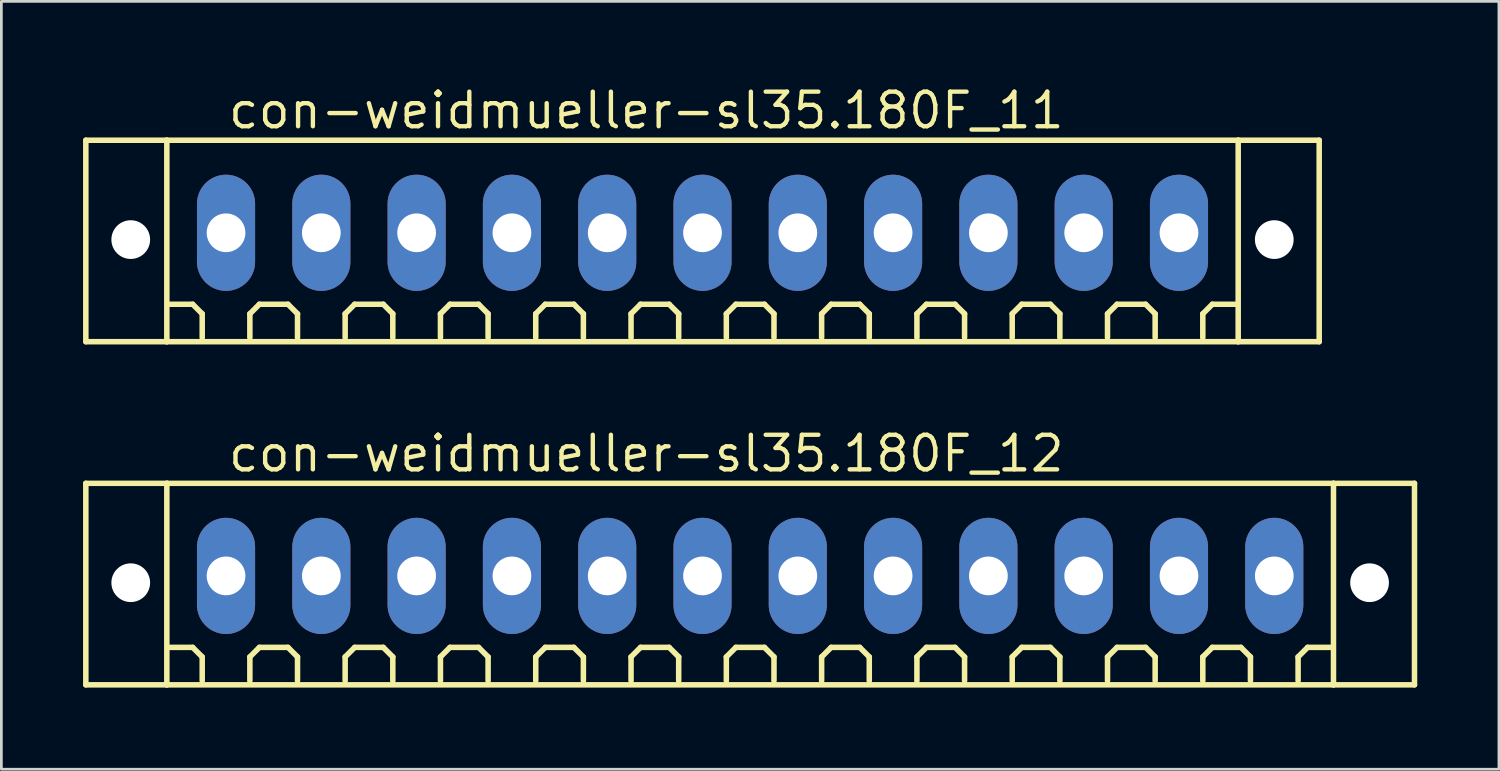
<source format=kicad_pcb>
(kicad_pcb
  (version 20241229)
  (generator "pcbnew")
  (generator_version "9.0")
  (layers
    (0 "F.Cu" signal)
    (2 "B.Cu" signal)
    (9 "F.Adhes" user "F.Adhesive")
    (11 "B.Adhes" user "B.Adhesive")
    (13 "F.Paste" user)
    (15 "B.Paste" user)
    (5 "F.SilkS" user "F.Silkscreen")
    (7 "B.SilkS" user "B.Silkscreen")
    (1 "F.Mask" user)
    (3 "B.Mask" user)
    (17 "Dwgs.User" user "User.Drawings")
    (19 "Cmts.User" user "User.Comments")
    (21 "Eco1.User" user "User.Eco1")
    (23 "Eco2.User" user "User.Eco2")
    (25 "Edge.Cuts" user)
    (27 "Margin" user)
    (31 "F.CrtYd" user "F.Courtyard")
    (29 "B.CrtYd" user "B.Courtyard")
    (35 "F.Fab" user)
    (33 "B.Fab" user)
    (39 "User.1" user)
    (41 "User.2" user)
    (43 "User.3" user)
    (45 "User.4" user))
  (footprint "con-weidmueller-sl35.180F_12"
    (layer "F.Cu")
    (at 24.502 18.102)
    (property "Reference" "con-weidmueller-sl35.180F_12" (at -19.25 -3.75 0) (layer "F.SilkS") (effects (font (size 1.27 1.27) (thickness 0.16)) (justify left bottom)))
    (attr through_hole)
    (fp_line (start -24.4 -3.4) (end -21.425 -3.4) (stroke (width 0.203) (type default)) (layer "F.SilkS"))
    (fp_line (start -24.4 4) (end -24.4 -3.4) (stroke (width 0.203) (type default)) (layer "F.SilkS"))
    (fp_line (start -21.425 -3.4) (end 21.425 -3.4) (stroke (width 0.203) (type default)) (layer "F.SilkS"))
    (fp_line (start -21.425 4) (end -24.4 4) (stroke (width 0.203) (type default)) (layer "F.SilkS"))
    (fp_line (start -21.425 4) (end -21.425 -3.4) (stroke (width 0.203) (type default)) (layer "F.SilkS"))
    (fp_line (start -20.475 2.625) (end -21.35 2.625) (stroke (width 0.203) (type default)) (layer "F.SilkS"))
    (fp_line (start -20.125 2.975) (end -20.475 2.625) (stroke (width 0.203) (type default)) (layer "F.SilkS"))
    (fp_line (start -20.125 3.85) (end -20.125 2.975) (stroke (width 0.203) (type default)) (layer "F.SilkS"))
    (fp_line (start -18.375 2.975) (end -18.025 2.625) (stroke (width 0.203) (type default)) (layer "F.SilkS"))
    (fp_line (start -18.375 3.85) (end -18.375 2.975) (stroke (width 0.203) (type default)) (layer "F.SilkS"))
    (fp_line (start -18.025 2.625) (end -16.975 2.625) (stroke (width 0.203) (type default)) (layer "F.SilkS"))
    (fp_line (start -16.975 2.625) (end -16.625 2.975) (stroke (width 0.203) (type default)) (layer "F.SilkS"))
    (fp_line (start -16.625 2.975) (end -16.625 3.85) (stroke (width 0.203) (type default)) (layer "F.SilkS"))
    (fp_line (start -14.875 2.975) (end -14.525 2.625) (stroke (width 0.203) (type default)) (layer "F.SilkS"))
    (fp_line (start -14.875 3.85) (end -14.875 2.975) (stroke (width 0.203) (type default)) (layer "F.SilkS"))
    (fp_line (start -14.525 2.625) (end -13.475 2.625) (stroke (width 0.203) (type default)) (layer "F.SilkS"))
    (fp_line (start -13.475 2.625) (end -13.125 2.975) (stroke (width 0.203) (type default)) (layer "F.SilkS"))
    (fp_line (start -13.125 2.975) (end -13.125 3.85) (stroke (width 0.203) (type default)) (layer "F.SilkS"))
    (fp_line (start -11.375 2.975) (end -11.025 2.625) (stroke (width 0.203) (type default)) (layer "F.SilkS"))
    (fp_line (start -11.375 3.85) (end -11.375 2.975) (stroke (width 0.203) (type default)) (layer "F.SilkS"))
    (fp_line (start -11.025 2.625) (end -9.975 2.625) (stroke (width 0.203) (type default)) (layer "F.SilkS"))
    (fp_line (start -9.975 2.625) (end -9.625 2.975) (stroke (width 0.203) (type default)) (layer "F.SilkS"))
    (fp_line (start -9.625 2.975) (end -9.625 3.85) (stroke (width 0.203) (type default)) (layer "F.SilkS"))
    (fp_line (start -7.875 2.975) (end -7.525 2.625) (stroke (width 0.203) (type default)) (layer "F.SilkS"))
    (fp_line (start -7.875 3.85) (end -7.875 2.975) (stroke (width 0.203) (type default)) (layer "F.SilkS"))
    (fp_line (start -7.525 2.625) (end -6.475 2.625) (stroke (width 0.203) (type default)) (layer "F.SilkS"))
    (fp_line (start -6.475 2.625) (end -6.125 2.975) (stroke (width 0.203) (type default)) (layer "F.SilkS"))
    (fp_line (start -6.125 2.975) (end -6.125 3.85) (stroke (width 0.203) (type default)) (layer "F.SilkS"))
    (fp_line (start -4.375 2.975) (end -4.025 2.625) (stroke (width 0.203) (type default)) (layer "F.SilkS"))
    (fp_line (start -4.375 3.85) (end -4.375 2.975) (stroke (width 0.203) (type default)) (layer "F.SilkS"))
    (fp_line (start -4.025 2.625) (end -2.975 2.625) (stroke (width 0.203) (type default)) (layer "F.SilkS"))
    (fp_line (start -2.975 2.625) (end -2.625 2.975) (stroke (width 0.203) (type default)) (layer "F.SilkS"))
    (fp_line (start -2.625 2.975) (end -2.625 3.85) (stroke (width 0.203) (type default)) (layer "F.SilkS"))
    (fp_line (start -0.875 2.975) (end -0.525 2.625) (stroke (width 0.203) (type default)) (layer "F.SilkS"))
    (fp_line (start -0.875 3.85) (end -0.875 2.975) (stroke (width 0.203) (type default)) (layer "F.SilkS"))
    (fp_line (start -0.525 2.625) (end 0.525 2.625) (stroke (width 0.203) (type default)) (layer "F.SilkS"))
    (fp_line (start 0.525 2.625) (end 0.875 2.975) (stroke (width 0.203) (type default)) (layer "F.SilkS"))
    (fp_line (start 0.875 2.975) (end 0.875 3.85) (stroke (width 0.203) (type default)) (layer "F.SilkS"))
    (fp_line (start 2.625 2.975) (end 2.975 2.625) (stroke (width 0.203) (type default)) (layer "F.SilkS"))
    (fp_line (start 2.625 3.85) (end 2.625 2.975) (stroke (width 0.203) (type default)) (layer "F.SilkS"))
    (fp_line (start 2.975 2.625) (end 4.025 2.625) (stroke (width 0.203) (type default)) (layer "F.SilkS"))
    (fp_line (start 4.025 2.625) (end 4.375 2.975) (stroke (width 0.203) (type default)) (layer "F.SilkS"))
    (fp_line (start 4.375 2.975) (end 4.375 3.85) (stroke (width 0.203) (type default)) (layer "F.SilkS"))
    (fp_line (start 6.125 2.975) (end 6.475 2.625) (stroke (width 0.203) (type default)) (layer "F.SilkS"))
    (fp_line (start 6.125 3.85) (end 6.125 2.975) (stroke (width 0.203) (type default)) (layer "F.SilkS"))
    (fp_line (start 6.475 2.625) (end 7.525 2.625) (stroke (width 0.203) (type default)) (layer "F.SilkS"))
    (fp_line (start 7.525 2.625) (end 7.875 2.975) (stroke (width 0.203) (type default)) (layer "F.SilkS"))
    (fp_line (start 7.875 2.975) (end 7.875 3.85) (stroke (width 0.203) (type default)) (layer "F.SilkS"))
    (fp_line (start 9.625 2.975) (end 9.975 2.625) (stroke (width 0.203) (type default)) (layer "F.SilkS"))
    (fp_line (start 9.625 3.85) (end 9.625 2.975) (stroke (width 0.203) (type default)) (layer "F.SilkS"))
    (fp_line (start 9.975 2.625) (end 11.025 2.625) (stroke (width 0.203) (type default)) (layer "F.SilkS"))
    (fp_line (start 11.025 2.625) (end 11.375 2.975) (stroke (width 0.203) (type default)) (layer "F.SilkS"))
    (fp_line (start 11.375 2.975) (end 11.375 3.85) (stroke (width 0.203) (type default)) (layer "F.SilkS"))
    (fp_line (start 13.125 2.975) (end 13.475 2.625) (stroke (width 0.203) (type default)) (layer "F.SilkS"))
    (fp_line (start 13.125 3.85) (end 13.125 2.975) (stroke (width 0.203) (type default)) (layer "F.SilkS"))
    (fp_line (start 13.475 2.625) (end 14.525 2.625) (stroke (width 0.203) (type default)) (layer "F.SilkS"))
    (fp_line (start 14.525 2.625) (end 14.875 2.975) (stroke (width 0.203) (type default)) (layer "F.SilkS"))
    (fp_line (start 14.875 2.975) (end 14.875 3.85) (stroke (width 0.203) (type default)) (layer "F.SilkS"))
    (fp_line (start 16.625 2.975) (end 16.975 2.625) (stroke (width 0.203) (type default)) (layer "F.SilkS"))
    (fp_line (start 16.625 3.85) (end 16.625 2.975) (stroke (width 0.203) (type default)) (layer "F.SilkS"))
    (fp_line (start 16.975 2.625) (end 18.025 2.625) (stroke (width 0.203) (type default)) (layer "F.SilkS"))
    (fp_line (start 18.025 2.625) (end 18.375 2.975) (stroke (width 0.203) (type default)) (layer "F.SilkS"))
    (fp_line (start 18.375 2.975) (end 18.375 3.85) (stroke (width 0.203) (type default)) (layer "F.SilkS"))
    (fp_line (start 20.125 2.975) (end 20.475 2.625) (stroke (width 0.203) (type default)) (layer "F.SilkS"))
    (fp_line (start 20.125 3.85) (end 20.125 2.975) (stroke (width 0.203) (type default)) (layer "F.SilkS"))
    (fp_line (start 20.475 2.625) (end 21.35 2.625) (stroke (width 0.203) (type default)) (layer "F.SilkS"))
    (fp_line (start 21.425 -3.4) (end 21.425 4) (stroke (width 0.203) (type default)) (layer "F.SilkS"))
    (fp_line (start 21.425 -3.4) (end 24.4 -3.4) (stroke (width 0.203) (type default)) (layer "F.SilkS"))
    (fp_line (start 21.425 4) (end -21.425 4) (stroke (width 0.203) (type default)) (layer "F.SilkS"))
    (fp_line (start 24.4 -3.4) (end 24.4 4) (stroke (width 0.203) (type default)) (layer "F.SilkS"))
    (fp_line (start 24.4 4) (end 21.425 4) (stroke (width 0.203) (type default)) (layer "F.SilkS"))
    (pad "" np_thru_hole circle (at -22.75 0.25) (size 1.422 1.422) (drill 1.422) (layers "*.Cu" "*.Mask"))
    (pad "" np_thru_hole circle (at 22.75 0.25) (size 1.422 1.422) (drill 1.422) (layers "*.Cu" "*.Mask"))
    (pad "1" thru_hole oval (at -19.25 0 90) (size 4.267 2.134) (drill 1.422) (layers "*.Cu" "*.Mask"))
    (pad "2" thru_hole oval (at -15.75 0 90) (size 4.267 2.134) (drill 1.422) (layers "*.Cu" "*.Mask"))
    (pad "3" thru_hole oval (at -12.25 0 90) (size 4.267 2.134) (drill 1.422) (layers "*.Cu" "*.Mask"))
    (pad "4" thru_hole oval (at -8.75 0 90) (size 4.267 2.134) (drill 1.422) (layers "*.Cu" "*.Mask"))
    (pad "5" thru_hole oval (at -5.25 0 90) (size 4.267 2.134) (drill 1.422) (layers "*.Cu" "*.Mask"))
    (pad "6" thru_hole oval (at -1.75 0 90) (size 4.267 2.134) (drill 1.422) (layers "*.Cu" "*.Mask"))
    (pad "7" thru_hole oval (at 1.75 0 90) (size 4.267 2.134) (drill 1.422) (layers "*.Cu" "*.Mask"))
    (pad "8" thru_hole oval (at 5.25 0 90) (size 4.267 2.134) (drill 1.422) (layers "*.Cu" "*.Mask"))
    (pad "9" thru_hole oval (at 8.75 0 90) (size 4.267 2.134) (drill 1.422) (layers "*.Cu" "*.Mask"))
    (pad "10" thru_hole oval (at 12.25 0 90) (size 4.267 2.134) (drill 1.422) (layers "*.Cu" "*.Mask"))
    (pad "11" thru_hole oval (at 15.75 0 90) (size 4.267 2.134) (drill 1.422) (layers "*.Cu" "*.Mask"))
    (pad "12" thru_hole oval (at 19.25 0 90) (size 4.267 2.134) (drill 1.422) (layers "*.Cu" "*.Mask")))
  (footprint "con-weidmueller-sl35.180F_11"
    (layer "F.Cu")
    (at 22.752 5.5)
    (property "Reference" "con-weidmueller-sl35.180F_11" (at -17.5 -3.75 0) (layer "F.SilkS") (effects (font (size 1.27 1.27) (thickness 0.16)) (justify left bottom)))
    (attr through_hole)
    (fp_line (start -22.65 -3.4) (end -19.675 -3.4) (stroke (width 0.203) (type default)) (layer "F.SilkS"))
    (fp_line (start -22.65 4) (end -22.65 -3.4) (stroke (width 0.203) (type default)) (layer "F.SilkS"))
    (fp_line (start -19.675 -3.4) (end 19.675 -3.4) (stroke (width 0.203) (type default)) (layer "F.SilkS"))
    (fp_line (start -19.675 4) (end -22.65 4) (stroke (width 0.203) (type default)) (layer "F.SilkS"))
    (fp_line (start -19.675 4) (end -19.675 -3.4) (stroke (width 0.203) (type default)) (layer "F.SilkS"))
    (fp_line (start -18.725 2.625) (end -19.6 2.625) (stroke (width 0.203) (type default)) (layer "F.SilkS"))
    (fp_line (start -18.375 2.975) (end -18.725 2.625) (stroke (width 0.203) (type default)) (layer "F.SilkS"))
    (fp_line (start -18.375 3.85) (end -18.375 2.975) (stroke (width 0.203) (type default)) (layer "F.SilkS"))
    (fp_line (start -16.625 2.975) (end -16.275 2.625) (stroke (width 0.203) (type default)) (layer "F.SilkS"))
    (fp_line (start -16.625 3.85) (end -16.625 2.975) (stroke (width 0.203) (type default)) (layer "F.SilkS"))
    (fp_line (start -16.275 2.625) (end -15.225 2.625) (stroke (width 0.203) (type default)) (layer "F.SilkS"))
    (fp_line (start -15.225 2.625) (end -14.875 2.975) (stroke (width 0.203) (type default)) (layer "F.SilkS"))
    (fp_line (start -14.875 2.975) (end -14.875 3.85) (stroke (width 0.203) (type default)) (layer "F.SilkS"))
    (fp_line (start -13.125 2.975) (end -12.775 2.625) (stroke (width 0.203) (type default)) (layer "F.SilkS"))
    (fp_line (start -13.125 3.85) (end -13.125 2.975) (stroke (width 0.203) (type default)) (layer "F.SilkS"))
    (fp_line (start -12.775 2.625) (end -11.725 2.625) (stroke (width 0.203) (type default)) (layer "F.SilkS"))
    (fp_line (start -11.725 2.625) (end -11.375 2.975) (stroke (width 0.203) (type default)) (layer "F.SilkS"))
    (fp_line (start -11.375 2.975) (end -11.375 3.85) (stroke (width 0.203) (type default)) (layer "F.SilkS"))
    (fp_line (start -9.625 2.975) (end -9.275 2.625) (stroke (width 0.203) (type default)) (layer "F.SilkS"))
    (fp_line (start -9.625 3.85) (end -9.625 2.975) (stroke (width 0.203) (type default)) (layer "F.SilkS"))
    (fp_line (start -9.275 2.625) (end -8.225 2.625) (stroke (width 0.203) (type default)) (layer "F.SilkS"))
    (fp_line (start -8.225 2.625) (end -7.875 2.975) (stroke (width 0.203) (type default)) (layer "F.SilkS"))
    (fp_line (start -7.875 2.975) (end -7.875 3.85) (stroke (width 0.203) (type default)) (layer "F.SilkS"))
    (fp_line (start -6.125 2.975) (end -5.775 2.625) (stroke (width 0.203) (type default)) (layer "F.SilkS"))
    (fp_line (start -6.125 3.85) (end -6.125 2.975) (stroke (width 0.203) (type default)) (layer "F.SilkS"))
    (fp_line (start -5.775 2.625) (end -4.725 2.625) (stroke (width 0.203) (type default)) (layer "F.SilkS"))
    (fp_line (start -4.725 2.625) (end -4.375 2.975) (stroke (width 0.203) (type default)) (layer "F.SilkS"))
    (fp_line (start -4.375 2.975) (end -4.375 3.85) (stroke (width 0.203) (type default)) (layer "F.SilkS"))
    (fp_line (start -2.625 2.975) (end -2.275 2.625) (stroke (width 0.203) (type default)) (layer "F.SilkS"))
    (fp_line (start -2.625 3.85) (end -2.625 2.975) (stroke (width 0.203) (type default)) (layer "F.SilkS"))
    (fp_line (start -2.275 2.625) (end -1.225 2.625) (stroke (width 0.203) (type default)) (layer "F.SilkS"))
    (fp_line (start -1.225 2.625) (end -0.875 2.975) (stroke (width 0.203) (type default)) (layer "F.SilkS"))
    (fp_line (start -0.875 2.975) (end -0.875 3.85) (stroke (width 0.203) (type default)) (layer "F.SilkS"))
    (fp_line (start 0.875 2.975) (end 1.225 2.625) (stroke (width 0.203) (type default)) (layer "F.SilkS"))
    (fp_line (start 0.875 3.85) (end 0.875 2.975) (stroke (width 0.203) (type default)) (layer "F.SilkS"))
    (fp_line (start 1.225 2.625) (end 2.275 2.625) (stroke (width 0.203) (type default)) (layer "F.SilkS"))
    (fp_line (start 2.275 2.625) (end 2.625 2.975) (stroke (width 0.203) (type default)) (layer "F.SilkS"))
    (fp_line (start 2.625 2.975) (end 2.625 3.85) (stroke (width 0.203) (type default)) (layer "F.SilkS"))
    (fp_line (start 4.375 2.975) (end 4.725 2.625) (stroke (width 0.203) (type default)) (layer "F.SilkS"))
    (fp_line (start 4.375 3.85) (end 4.375 2.975) (stroke (width 0.203) (type default)) (layer "F.SilkS"))
    (fp_line (start 4.725 2.625) (end 5.775 2.625) (stroke (width 0.203) (type default)) (layer "F.SilkS"))
    (fp_line (start 5.775 2.625) (end 6.125 2.975) (stroke (width 0.203) (type default)) (layer "F.SilkS"))
    (fp_line (start 6.125 2.975) (end 6.125 3.85) (stroke (width 0.203) (type default)) (layer "F.SilkS"))
    (fp_line (start 7.875 2.975) (end 8.225 2.625) (stroke (width 0.203) (type default)) (layer "F.SilkS"))
    (fp_line (start 7.875 3.85) (end 7.875 2.975) (stroke (width 0.203) (type default)) (layer "F.SilkS"))
    (fp_line (start 8.225 2.625) (end 9.275 2.625) (stroke (width 0.203) (type default)) (layer "F.SilkS"))
    (fp_line (start 9.275 2.625) (end 9.625 2.975) (stroke (width 0.203) (type default)) (layer "F.SilkS"))
    (fp_line (start 9.625 2.975) (end 9.625 3.85) (stroke (width 0.203) (type default)) (layer "F.SilkS"))
    (fp_line (start 11.375 2.975) (end 11.725 2.625) (stroke (width 0.203) (type default)) (layer "F.SilkS"))
    (fp_line (start 11.375 3.85) (end 11.375 2.975) (stroke (width 0.203) (type default)) (layer "F.SilkS"))
    (fp_line (start 11.725 2.625) (end 12.775 2.625) (stroke (width 0.203) (type default)) (layer "F.SilkS"))
    (fp_line (start 12.775 2.625) (end 13.125 2.975) (stroke (width 0.203) (type default)) (layer "F.SilkS"))
    (fp_line (start 13.125 2.975) (end 13.125 3.85) (stroke (width 0.203) (type default)) (layer "F.SilkS"))
    (fp_line (start 14.875 2.975) (end 15.225 2.625) (stroke (width 0.203) (type default)) (layer "F.SilkS"))
    (fp_line (start 14.875 3.85) (end 14.875 2.975) (stroke (width 0.203) (type default)) (layer "F.SilkS"))
    (fp_line (start 15.225 2.625) (end 16.275 2.625) (stroke (width 0.203) (type default)) (layer "F.SilkS"))
    (fp_line (start 16.275 2.625) (end 16.625 2.975) (stroke (width 0.203) (type default)) (layer "F.SilkS"))
    (fp_line (start 16.625 2.975) (end 16.625 3.85) (stroke (width 0.203) (type default)) (layer "F.SilkS"))
    (fp_line (start 18.375 2.975) (end 18.725 2.625) (stroke (width 0.203) (type default)) (layer "F.SilkS"))
    (fp_line (start 18.375 3.85) (end 18.375 2.975) (stroke (width 0.203) (type default)) (layer "F.SilkS"))
    (fp_line (start 18.725 2.625) (end 19.6 2.625) (stroke (width 0.203) (type default)) (layer "F.SilkS"))
    (fp_line (start 19.675 -3.4) (end 19.675 4) (stroke (width 0.203) (type default)) (layer "F.SilkS"))
    (fp_line (start 19.675 -3.4) (end 22.65 -3.4) (stroke (width 0.203) (type default)) (layer "F.SilkS"))
    (fp_line (start 19.675 4) (end -19.675 4) (stroke (width 0.203) (type default)) (layer "F.SilkS"))
    (fp_line (start 22.65 -3.4) (end 22.65 4) (stroke (width 0.203) (type default)) (layer "F.SilkS"))
    (fp_line (start 22.65 4) (end 19.675 4) (stroke (width 0.203) (type default)) (layer "F.SilkS"))
    (pad "" np_thru_hole circle (at -21 0.25) (size 1.422 1.422) (drill 1.422) (layers "*.Cu" "*.Mask"))
    (pad "" np_thru_hole circle (at 21 0.25) (size 1.422 1.422) (drill 1.422) (layers "*.Cu" "*.Mask"))
    (pad "1" thru_hole oval (at -17.5 0 90) (size 4.267 2.134) (drill 1.422) (layers "*.Cu" "*.Mask"))
    (pad "2" thru_hole oval (at -14 0 90) (size 4.267 2.134) (drill 1.422) (layers "*.Cu" "*.Mask"))
    (pad "3" thru_hole oval (at -10.5 0 90) (size 4.267 2.134) (drill 1.422) (layers "*.Cu" "*.Mask"))
    (pad "4" thru_hole oval (at -7 0 90) (size 4.267 2.134) (drill 1.422) (layers "*.Cu" "*.Mask"))
    (pad "5" thru_hole oval (at -3.5 0 90) (size 4.267 2.134) (drill 1.422) (layers "*.Cu" "*.Mask"))
    (pad "6" thru_hole oval (at 0 0 90) (size 4.267 2.134) (drill 1.422) (layers "*.Cu" "*.Mask"))
    (pad "7" thru_hole oval (at 3.5 0 90) (size 4.267 2.134) (drill 1.422) (layers "*.Cu" "*.Mask"))
    (pad "8" thru_hole oval (at 7 0 90) (size 4.267 2.134) (drill 1.422) (layers "*.Cu" "*.Mask"))
    (pad "9" thru_hole oval (at 10.5 0 90) (size 4.267 2.134) (drill 1.422) (layers "*.Cu" "*.Mask"))
    (pad "10" thru_hole oval (at 14 0 90) (size 4.267 2.134) (drill 1.422) (layers "*.Cu" "*.Mask"))
    (pad "11" thru_hole oval (at 17.5 0 90) (size 4.267 2.134) (drill 1.422) (layers "*.Cu" "*.Mask")))
  (gr_rect
    (start -3 -3)
    (end 52.003 25.203)
    (stroke (width 0.1) (type default))
    (fill no)
    (layer "Edge.Cuts")))
</source>
